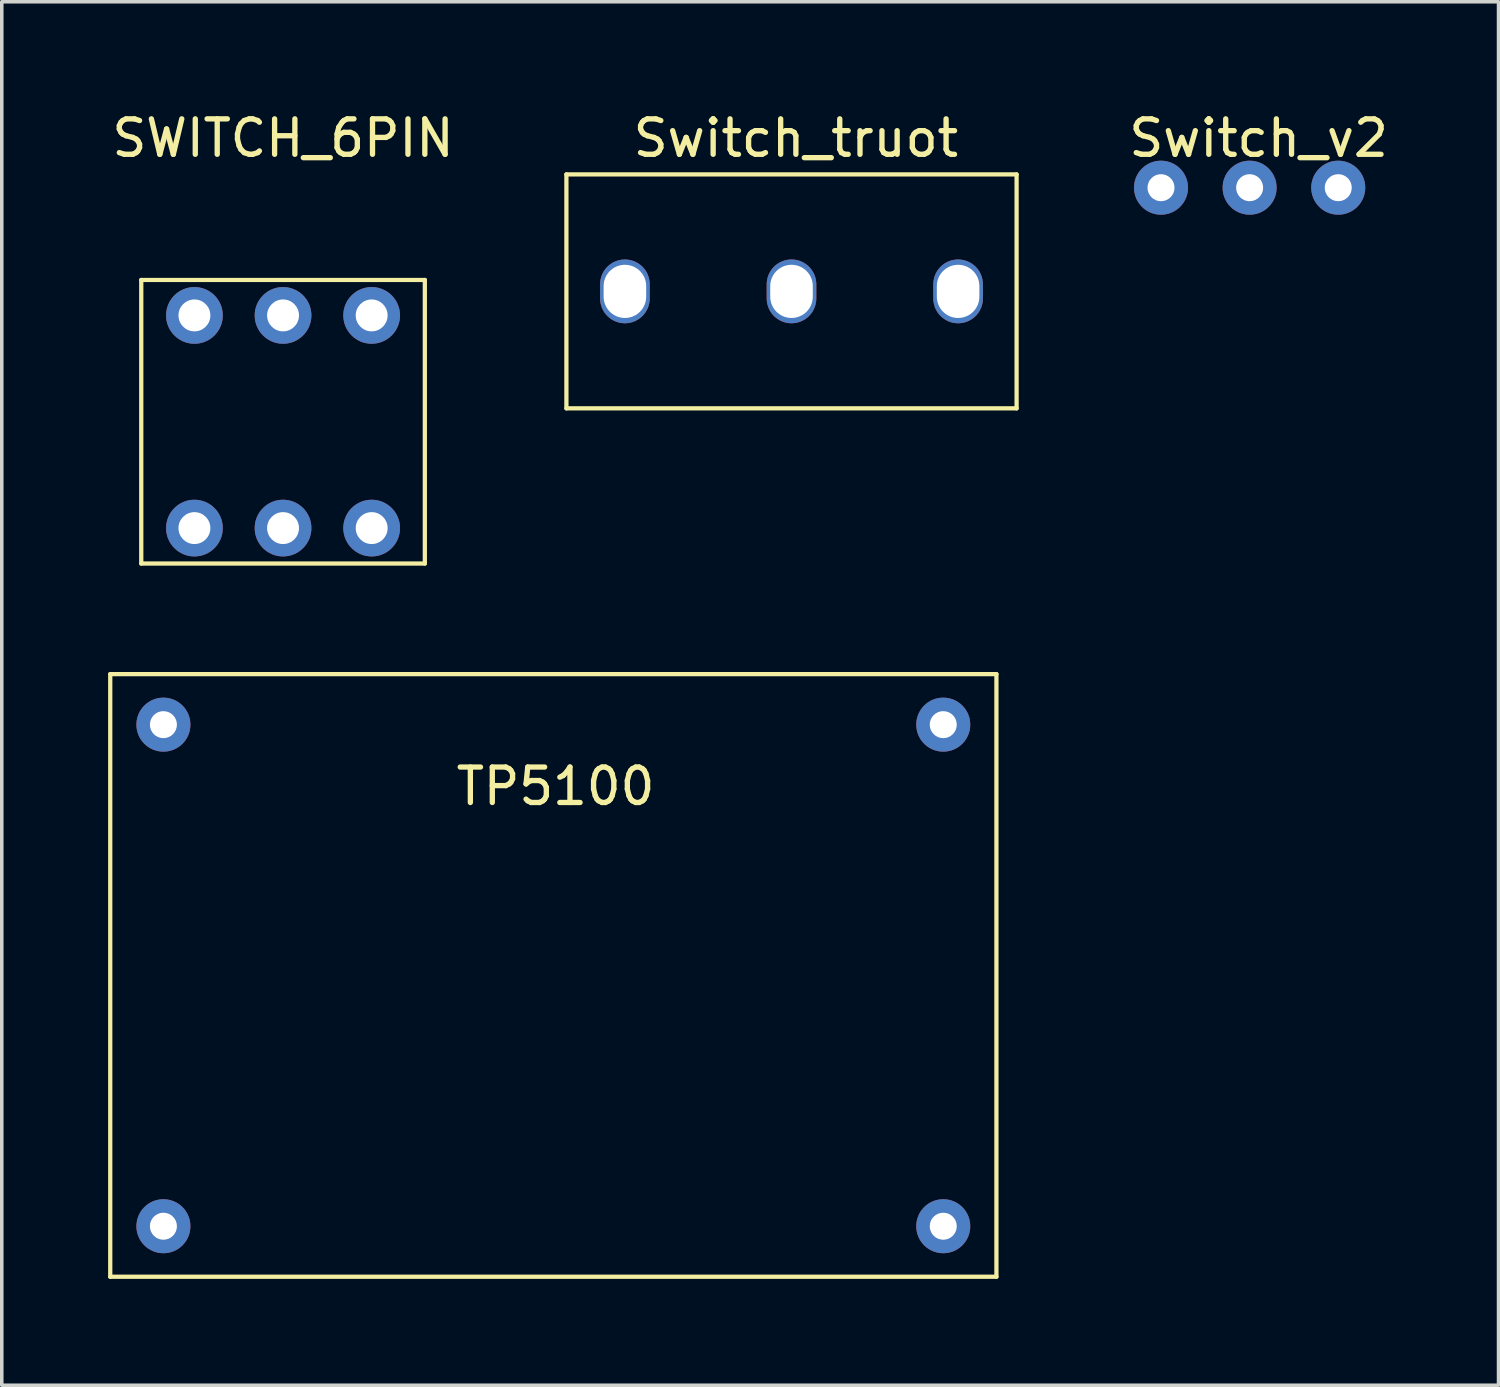
<source format=kicad_pcb>
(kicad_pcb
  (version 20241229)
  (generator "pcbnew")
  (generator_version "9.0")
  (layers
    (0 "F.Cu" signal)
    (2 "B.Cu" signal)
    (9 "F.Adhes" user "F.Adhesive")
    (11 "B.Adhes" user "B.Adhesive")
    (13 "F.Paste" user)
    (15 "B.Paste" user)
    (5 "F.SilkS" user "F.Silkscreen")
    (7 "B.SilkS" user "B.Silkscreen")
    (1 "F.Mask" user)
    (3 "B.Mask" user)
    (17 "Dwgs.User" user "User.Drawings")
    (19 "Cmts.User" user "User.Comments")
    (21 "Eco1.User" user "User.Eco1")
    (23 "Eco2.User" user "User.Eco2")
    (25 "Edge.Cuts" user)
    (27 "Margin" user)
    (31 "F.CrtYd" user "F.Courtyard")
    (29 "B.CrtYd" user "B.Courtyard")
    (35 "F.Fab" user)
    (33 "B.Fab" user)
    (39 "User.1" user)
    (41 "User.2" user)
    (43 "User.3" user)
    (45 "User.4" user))
  (footprint "Switch_truot"
    (layer "F.Cu")
    (at 19.279 5.17)
    (property "Reference" "Switch_truot" (at 0.123 -4.322 0) (layer "F.SilkS") (effects (font (size 1 1) (thickness 0.15))))
    (attr through_hole)
    (fp_line (start -6.35 -3.3) (end -6.35 3.3) (stroke (width 0.12) (type solid)) (layer "F.SilkS"))
    (fp_line (start -6.35 -3.3) (end 6.35 -3.3) (stroke (width 0.12) (type solid)) (layer "F.SilkS"))
    (fp_line (start -6.35 3.3) (end 6.35 3.3) (stroke (width 0.12) (type solid)) (layer "F.SilkS"))
    (fp_line (start 6.35 -3.3) (end 6.35 3.3) (stroke (width 0.12) (type solid)) (layer "F.SilkS"))
    (pad "1" thru_hole oval (at -4.7 0) (size 1.4 1.8) (drill oval 1.2 1.5) (layers "*.Cu" "*.Mask"))
    (pad "2" thru_hole oval (at 0 0) (size 1.4 1.8) (drill oval 1.2 1.5) (layers "*.Cu" "*.Mask"))
    (pad "3" thru_hole oval (at 4.7 0) (size 1.4 1.8) (drill oval 1.2 1.5) (layers "*.Cu" "*.Mask")))
  (footprint "Switch_v2"
    (layer "F.Cu")
    (at 32.203 2.245)
    (property "Reference" "Switch_v2" (at 0.254 -1.397 0) (layer "F.SilkS") (effects (font (size 1 1) (thickness 0.15))))
    (attr through_hole)
    (pad "1" thru_hole circle (at -2.5 0) (size 1.524 1.524) (drill 0.762) (layers "*.Cu" "*.Mask"))
    (pad "2" thru_hole circle (at 0 0) (size 1.524 1.524) (drill 0.762) (layers "*.Cu" "*.Mask"))
    (pad "3" thru_hole circle (at 2.5 0) (size 1.524 1.524) (drill 0.762) (layers "*.Cu" "*.Mask")))
  (footprint "TP5100"
    (layer "F.Cu")
    (at 12.56 24.468)
    (property "Reference" "TP5100" (at 0.064 -5.334 0) (layer "F.SilkS") (effects (font (size 1 1) (thickness 0.15))))
    (attr through_hole)
    (fp_line (start -12.5 -8.5) (end -12.5 8.5) (stroke (width 0.12) (type solid)) (layer "F.SilkS"))
    (fp_line (start 12.5 -8.5) (end -12.5 -8.5) (stroke (width 0.12) (type solid)) (layer "F.SilkS"))
    (fp_line (start 12.5 -8.5) (end 12.5 8.5) (stroke (width 0.12) (type solid)) (layer "F.SilkS"))
    (fp_line (start 12.5 8.5) (end -12.5 8.5) (stroke (width 0.12) (type solid)) (layer "F.SilkS"))
    (pad "1" thru_hole circle (at -11 7.075) (size 1.524 1.524) (drill 0.762) (layers "*.Cu" "*.Mask"))
    (pad "2" thru_hole circle (at -11 -7.075) (size 1.524 1.524) (drill 0.762) (layers "*.Cu" "*.Mask"))
    (pad "3" thru_hole circle (at 11 -7.075) (size 1.524 1.524) (drill 0.762) (layers "*.Cu" "*.Mask"))
    (pad "4" thru_hole circle (at 11 7.075) (size 1.524 1.524) (drill 0.762) (layers "*.Cu" "*.Mask")))
  (footprint "SWITCH_6PIN"
    (layer "F.Cu")
    (at 4.935 8.848)
    (property "Reference" "SWITCH_6PIN" (at 0 -8 0) (layer "F.SilkS") (effects (font (size 1 1) (thickness 0.15))))
    (attr through_hole)
    (fp_line (start -4 -4) (end -4 4) (stroke (width 0.12) (type solid)) (layer "F.SilkS"))
    (fp_line (start -4 4) (end 4 4) (stroke (width 0.12) (type solid)) (layer "F.SilkS"))
    (fp_line (start 4 -4) (end -4 -4) (stroke (width 0.12) (type solid)) (layer "F.SilkS"))
    (fp_line (start 4 -4) (end 4 4) (stroke (width 0.12) (type solid)) (layer "F.SilkS"))
    (pad "1" thru_hole circle (at -2.5 -3) (size 1.6 1.6) (drill 0.9) (layers "*.Cu" "*.Mask"))
    (pad "2" thru_hole circle (at 2.5 -3) (size 1.6 1.6) (drill 0.9) (layers "*.Cu" "*.Mask"))
    (pad "3" thru_hole circle (at 0 -3) (size 1.6 1.6) (drill 0.9) (layers "*.Cu" "*.Mask"))
    (pad "4" thru_hole circle (at 0 3) (size 1.6 1.6) (drill 0.9) (layers "*.Cu" "*.Mask"))
    (pad "5" thru_hole circle (at 2.5 3) (size 1.6 1.6) (drill 0.9) (layers "*.Cu" "*.Mask"))
    (pad "6" thru_hole circle (at -2.5 3) (size 1.6 1.6) (drill 0.9) (layers "*.Cu" "*.Mask")))
  (gr_rect
    (start -3 -3)
    (end 39.225 36.028)
    (stroke (width 0.1) (type default))
    (fill no)
    (layer "Edge.Cuts")))
</source>
